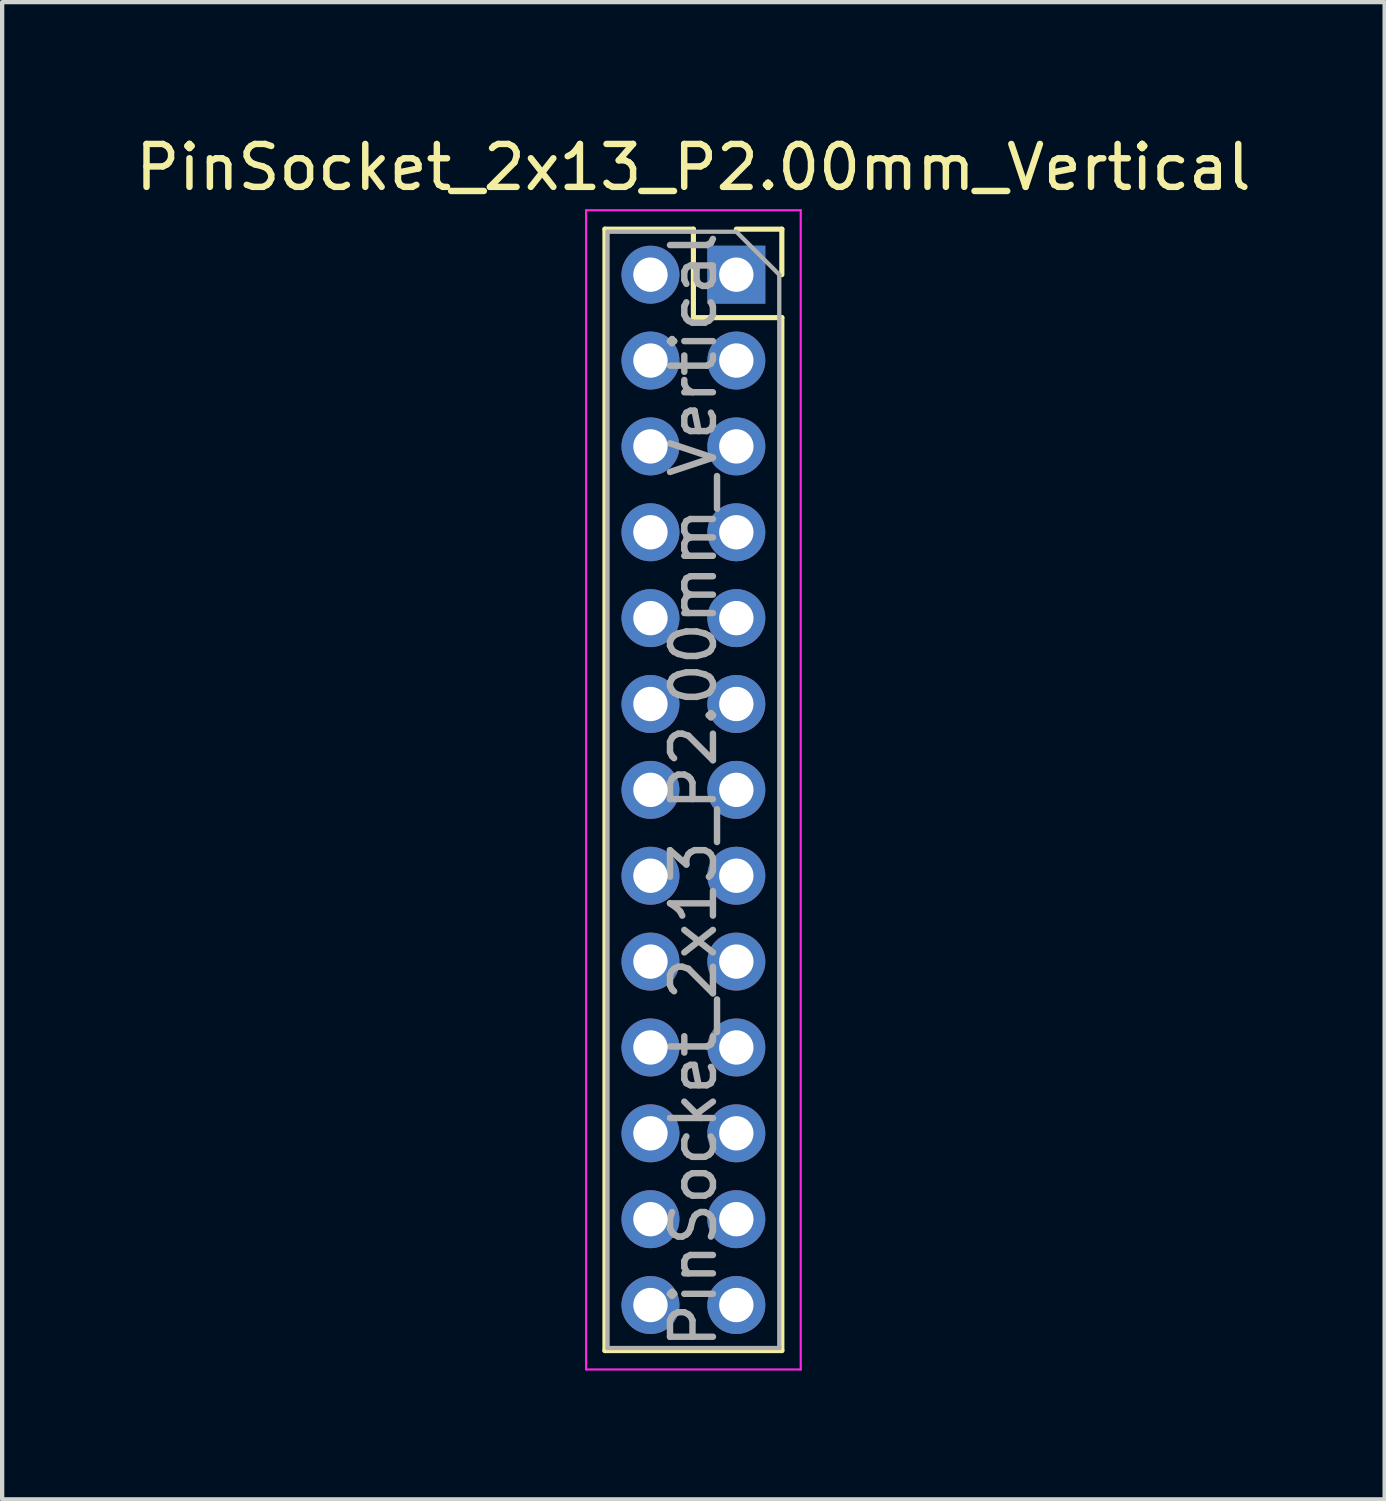
<source format=kicad_pcb>
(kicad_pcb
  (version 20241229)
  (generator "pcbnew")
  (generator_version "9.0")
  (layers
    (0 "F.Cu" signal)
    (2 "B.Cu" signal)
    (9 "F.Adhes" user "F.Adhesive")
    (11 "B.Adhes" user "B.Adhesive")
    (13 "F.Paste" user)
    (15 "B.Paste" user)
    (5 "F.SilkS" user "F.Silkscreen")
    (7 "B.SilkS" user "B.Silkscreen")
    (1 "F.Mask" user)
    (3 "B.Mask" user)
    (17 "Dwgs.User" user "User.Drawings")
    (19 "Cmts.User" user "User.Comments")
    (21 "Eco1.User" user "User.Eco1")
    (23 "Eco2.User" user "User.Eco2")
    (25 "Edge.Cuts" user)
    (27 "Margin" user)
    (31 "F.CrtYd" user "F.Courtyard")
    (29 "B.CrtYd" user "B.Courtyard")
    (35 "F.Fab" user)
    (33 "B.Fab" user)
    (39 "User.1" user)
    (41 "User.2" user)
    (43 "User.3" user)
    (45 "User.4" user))
  (footprint "PinSocket_2x13_P2.00mm_Vertical"
    (layer "F.Cu")
    (at 14.101 3.348)
    (property "Reference" "PinSocket_2x13_P2.00mm_Vertical" (at -1 -2.5 0) (layer "F.SilkS") (effects (font (size 1 1) (thickness 0.15))))
    (attr through_hole)
    (fp_line (start -3.06 -1.06) (end -3.06 25.06) (stroke (width 0.12) (type solid)) (layer "F.SilkS"))
    (fp_line (start -3.06 -1.06) (end -1 -1.06) (stroke (width 0.12) (type solid)) (layer "F.SilkS"))
    (fp_line (start -3.06 25.06) (end 1.06 25.06) (stroke (width 0.12) (type solid)) (layer "F.SilkS"))
    (fp_line (start -1 -1.06) (end -1 1) (stroke (width 0.12) (type solid)) (layer "F.SilkS"))
    (fp_line (start -1 1) (end 1.06 1) (stroke (width 0.12) (type solid)) (layer "F.SilkS"))
    (fp_line (start 0 -1.06) (end 1.06 -1.06) (stroke (width 0.12) (type solid)) (layer "F.SilkS"))
    (fp_line (start 1.06 -1.06) (end 1.06 0) (stroke (width 0.12) (type solid)) (layer "F.SilkS"))
    (fp_line (start 1.06 1) (end 1.06 25.06) (stroke (width 0.12) (type solid)) (layer "F.SilkS"))
    (fp_line (start -3.5 -1.5) (end 1.5 -1.5) (stroke (width 0.05) (type solid)) (layer "F.CrtYd"))
    (fp_line (start -3.5 25.5) (end -3.5 -1.5) (stroke (width 0.05) (type solid)) (layer "F.CrtYd"))
    (fp_line (start 1.5 -1.5) (end 1.5 25.5) (stroke (width 0.05) (type solid)) (layer "F.CrtYd"))
    (fp_line (start 1.5 25.5) (end -3.5 25.5) (stroke (width 0.05) (type solid)) (layer "F.CrtYd"))
    (fp_line (start -3 -1) (end 0 -1) (stroke (width 0.1) (type solid)) (layer "F.Fab"))
    (fp_line (start -3 25) (end -3 -1) (stroke (width 0.1) (type solid)) (layer "F.Fab"))
    (fp_line (start 0 -1) (end 1 0) (stroke (width 0.1) (type solid)) (layer "F.Fab"))
    (fp_line (start 1 0) (end 1 25) (stroke (width 0.1) (type solid)) (layer "F.Fab"))
    (fp_line (start 1 25) (end -3 25) (stroke (width 0.1) (type solid)) (layer "F.Fab"))
    (fp_text user "${REFERENCE}" (at -1 12 90) (layer "F.Fab") (effects (font (size 1 1) (thickness 0.15))))
    (pad "1" thru_hole rect (at 0 0) (size 1.35 1.35) (drill 0.8) (layers "*.Cu" "*.Mask"))
    (pad "2" thru_hole circle (at -2 0) (size 1.35 1.35) (drill 0.8) (layers "*.Cu" "*.Mask"))
    (pad "3" thru_hole circle (at 0 2) (size 1.35 1.35) (drill 0.8) (layers "*.Cu" "*.Mask"))
    (pad "4" thru_hole circle (at -2 2) (size 1.35 1.35) (drill 0.8) (layers "*.Cu" "*.Mask"))
    (pad "5" thru_hole circle (at 0 4) (size 1.35 1.35) (drill 0.8) (layers "*.Cu" "*.Mask"))
    (pad "6" thru_hole circle (at -2 4) (size 1.35 1.35) (drill 0.8) (layers "*.Cu" "*.Mask"))
    (pad "7" thru_hole circle (at 0 6) (size 1.35 1.35) (drill 0.8) (layers "*.Cu" "*.Mask"))
    (pad "8" thru_hole circle (at -2 6) (size 1.35 1.35) (drill 0.8) (layers "*.Cu" "*.Mask"))
    (pad "9" thru_hole circle (at 0 8) (size 1.35 1.35) (drill 0.8) (layers "*.Cu" "*.Mask"))
    (pad "10" thru_hole circle (at -2 8) (size 1.35 1.35) (drill 0.8) (layers "*.Cu" "*.Mask"))
    (pad "11" thru_hole circle (at 0 10) (size 1.35 1.35) (drill 0.8) (layers "*.Cu" "*.Mask"))
    (pad "12" thru_hole circle (at -2 10) (size 1.35 1.35) (drill 0.8) (layers "*.Cu" "*.Mask"))
    (pad "13" thru_hole circle (at 0 12) (size 1.35 1.35) (drill 0.8) (layers "*.Cu" "*.Mask"))
    (pad "14" thru_hole circle (at -2 12) (size 1.35 1.35) (drill 0.8) (layers "*.Cu" "*.Mask"))
    (pad "15" thru_hole circle (at 0 14) (size 1.35 1.35) (drill 0.8) (layers "*.Cu" "*.Mask"))
    (pad "16" thru_hole circle (at -2 14) (size 1.35 1.35) (drill 0.8) (layers "*.Cu" "*.Mask"))
    (pad "17" thru_hole circle (at 0 16) (size 1.35 1.35) (drill 0.8) (layers "*.Cu" "*.Mask"))
    (pad "18" thru_hole circle (at -2 16) (size 1.35 1.35) (drill 0.8) (layers "*.Cu" "*.Mask"))
    (pad "19" thru_hole circle (at 0 18) (size 1.35 1.35) (drill 0.8) (layers "*.Cu" "*.Mask"))
    (pad "20" thru_hole circle (at -2 18) (size 1.35 1.35) (drill 0.8) (layers "*.Cu" "*.Mask"))
    (pad "21" thru_hole circle (at 0 20) (size 1.35 1.35) (drill 0.8) (layers "*.Cu" "*.Mask"))
    (pad "22" thru_hole circle (at -2 20) (size 1.35 1.35) (drill 0.8) (layers "*.Cu" "*.Mask"))
    (pad "23" thru_hole circle (at 0 22) (size 1.35 1.35) (drill 0.8) (layers "*.Cu" "*.Mask"))
    (pad "24" thru_hole circle (at -2 22) (size 1.35 1.35) (drill 0.8) (layers "*.Cu" "*.Mask"))
    (pad "25" thru_hole circle (at 0 24) (size 1.35 1.35) (drill 0.8) (layers "*.Cu" "*.Mask"))
    (pad "26" thru_hole circle (at -2 24) (size 1.35 1.35) (drill 0.8) (layers "*.Cu" "*.Mask")))
  (gr_rect
    (start -3 -3)
    (end 29.202 31.873)
    (stroke (width 0.1) (type default))
    (fill no)
    (layer "Edge.Cuts")))
</source>
